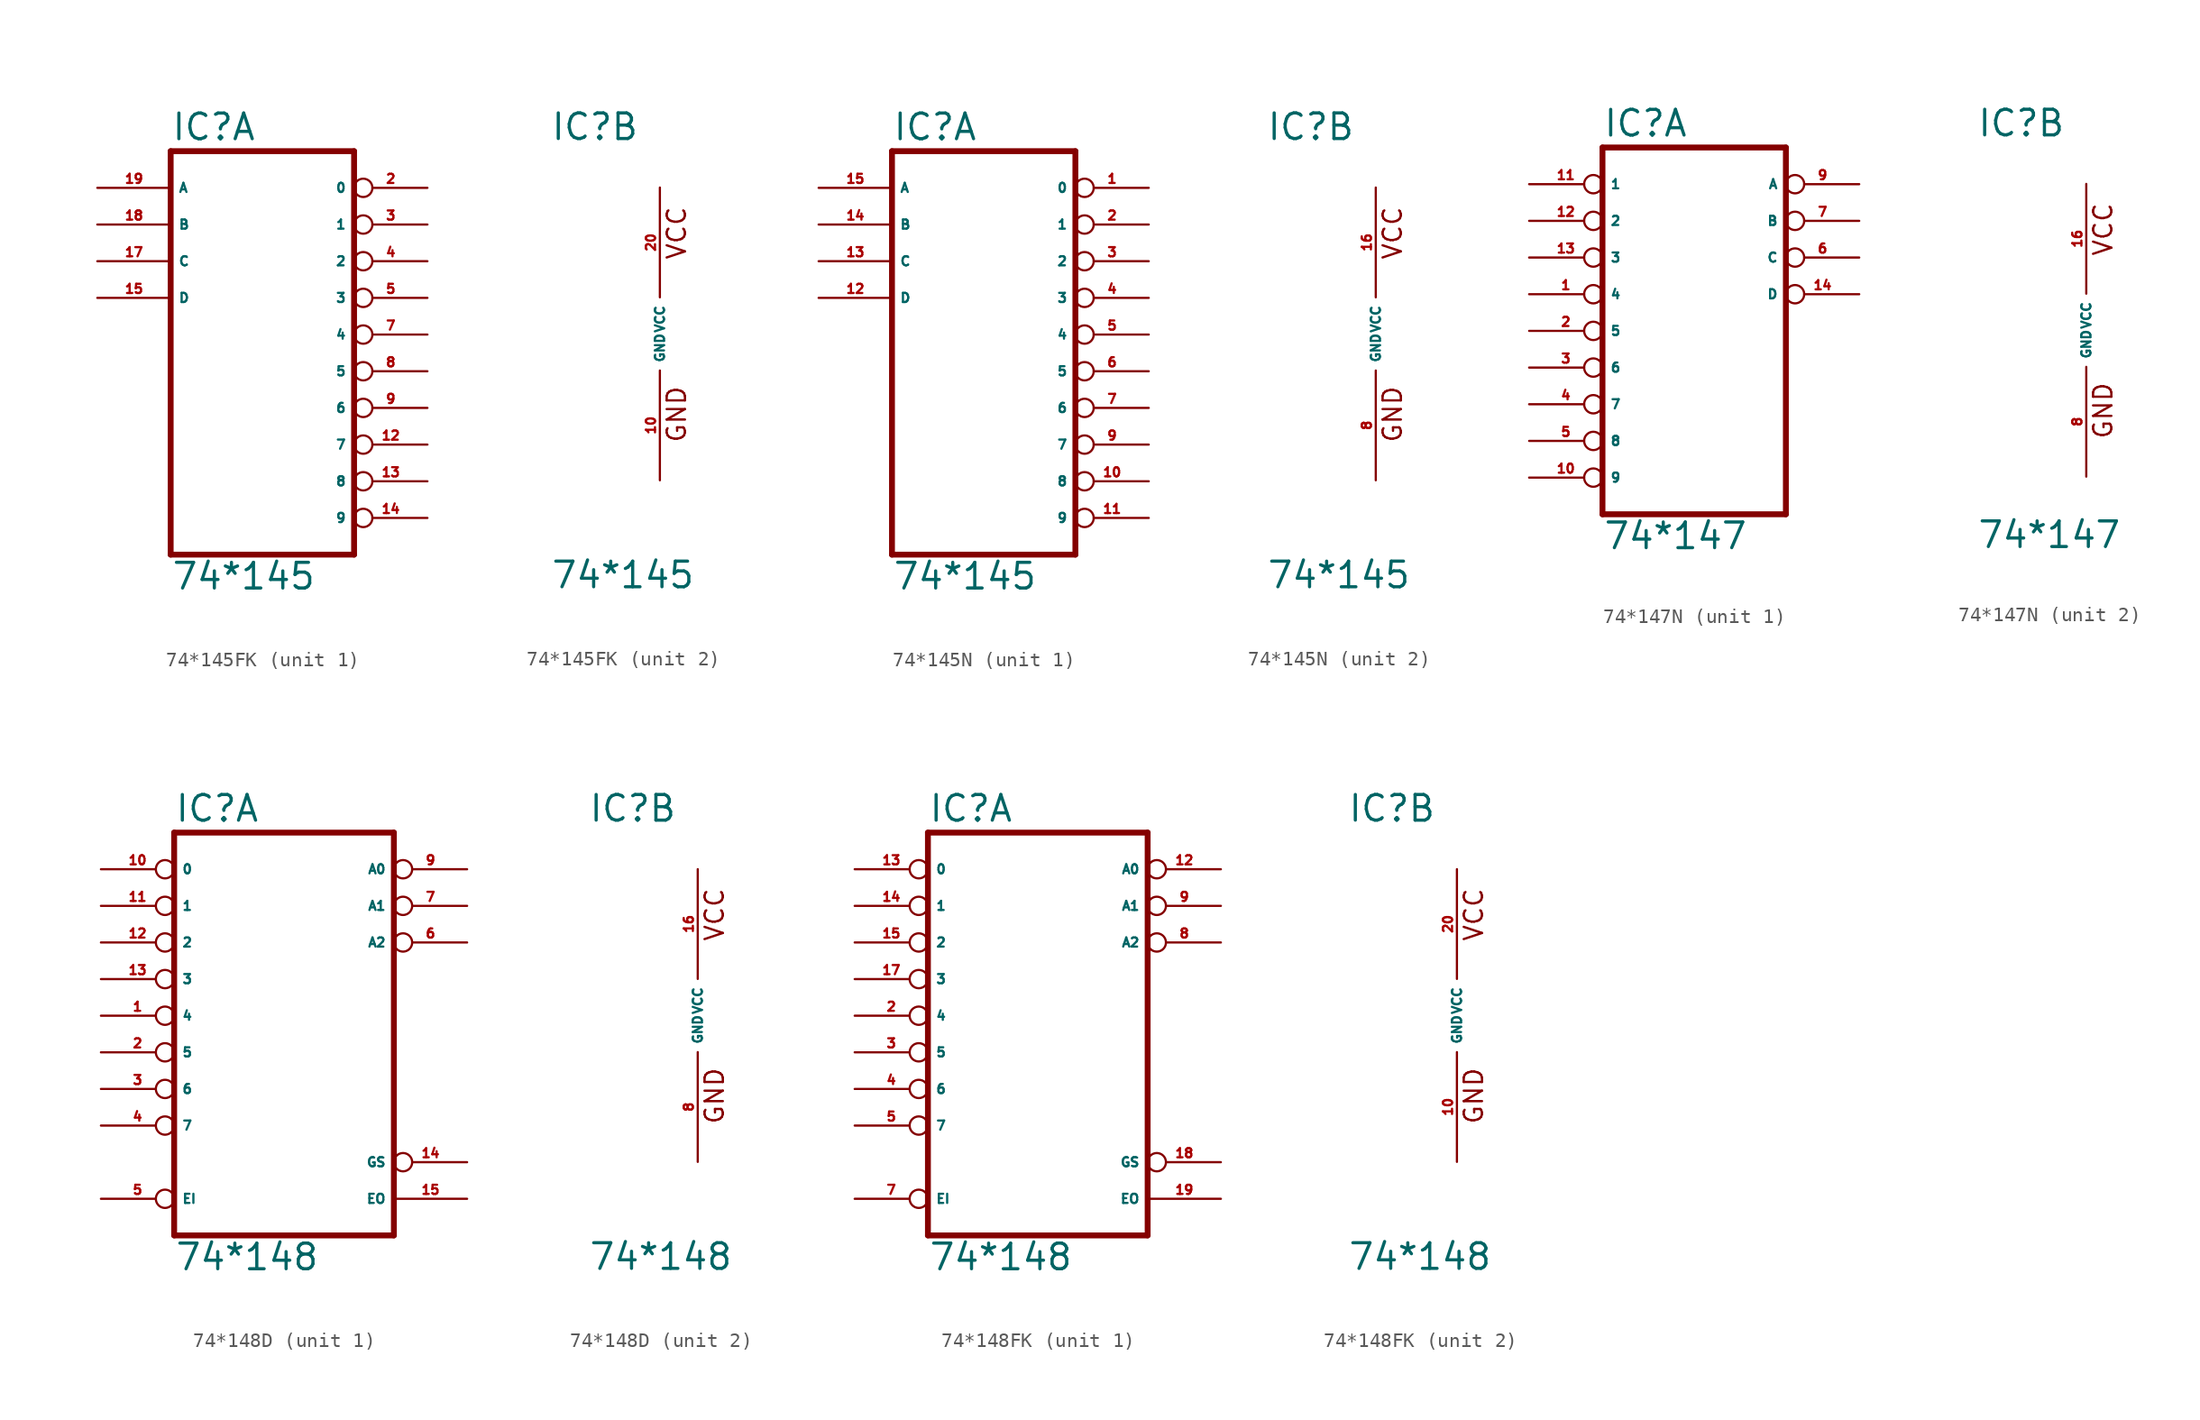
<source format=kicad_sym>
(kicad_symbol_lib
  (version 20220914)
  (generator Eagle2Kicad)
  (symbol "74*145FK"
    (property "Reference" "IC"
      (at -7.62 13.335 0)
      (effects (font (size 1.778 1.778) (thickness 0.22)) (justify left bottom)))
    (property "Value" "74*145"
      (at -7.62 -17.78 0)
      (effects (font (size 1.778 1.778) (thickness 0.22)) (justify left bottom)))
    (symbol "74*145FK_1_0"
      (polyline (pts (xy -7.62 -15.24) (xy 5.08 -15.24)) (stroke (width 0.406) (type default)) (fill (type none)))
      (polyline (pts (xy 5.08 -15.24) (xy 5.08 12.7)) (stroke (width 0.406) (type default)) (fill (type none)))
      (polyline (pts (xy 5.08 12.7) (xy -7.62 12.7)) (stroke (width 0.406) (type default)) (fill (type none)))
      (polyline (pts (xy -7.62 12.7) (xy -7.62 -15.24)) (stroke (width 0.406) (type default)) (fill (type none)))
      (pin output inverted (at 10.16 10.16 180) (length 5.08) (name "0" (effects (font (size 0.635 0.635) (thickness 0.08)) (justify left bottom))) (number "2" (effects (font (size 0.635 0.635) (thickness 0.08)) (justify left bottom))))
      (pin output inverted (at 10.16 7.62 180) (length 5.08) (name "1" (effects (font (size 0.635 0.635) (thickness 0.08)) (justify left bottom))) (number "3" (effects (font (size 0.635 0.635) (thickness 0.08)) (justify left bottom))))
      (pin output inverted (at 10.16 5.08 180) (length 5.08) (name "2" (effects (font (size 0.635 0.635) (thickness 0.08)) (justify left bottom))) (number "4" (effects (font (size 0.635 0.635) (thickness 0.08)) (justify left bottom))))
      (pin output inverted (at 10.16 2.54 180) (length 5.08) (name "3" (effects (font (size 0.635 0.635) (thickness 0.08)) (justify left bottom))) (number "5" (effects (font (size 0.635 0.635) (thickness 0.08)) (justify left bottom))))
      (pin output inverted (at 10.16 0 180) (length 5.08) (name "4" (effects (font (size 0.635 0.635) (thickness 0.08)) (justify left bottom))) (number "7" (effects (font (size 0.635 0.635) (thickness 0.08)) (justify left bottom))))
      (pin output inverted (at 10.16 -2.54 180) (length 5.08) (name "5" (effects (font (size 0.635 0.635) (thickness 0.08)) (justify left bottom))) (number "8" (effects (font (size 0.635 0.635) (thickness 0.08)) (justify left bottom))))
      (pin output inverted (at 10.16 -5.08 180) (length 5.08) (name "6" (effects (font (size 0.635 0.635) (thickness 0.08)) (justify left bottom))) (number "9" (effects (font (size 0.635 0.635) (thickness 0.08)) (justify left bottom))))
      (pin output inverted (at 10.16 -7.62 180) (length 5.08) (name "7" (effects (font (size 0.635 0.635) (thickness 0.08)) (justify left bottom))) (number "12" (effects (font (size 0.635 0.635) (thickness 0.08)) (justify left bottom))))
      (pin output inverted (at 10.16 -10.16 180) (length 5.08) (name "8" (effects (font (size 0.635 0.635) (thickness 0.08)) (justify left bottom))) (number "13" (effects (font (size 0.635 0.635) (thickness 0.08)) (justify left bottom))))
      (pin output inverted (at 10.16 -12.7 180) (length 5.08) (name "9" (effects (font (size 0.635 0.635) (thickness 0.08)) (justify left bottom))) (number "14" (effects (font (size 0.635 0.635) (thickness 0.08)) (justify left bottom))))
      (pin input line (at -12.7 2.54 0) (length 5.08) (name "D" (effects (font (size 0.635 0.635) (thickness 0.08)) (justify left bottom))) (number "15" (effects (font (size 0.635 0.635) (thickness 0.08)) (justify left bottom))))
      (pin input line (at -12.7 5.08 0) (length 5.08) (name "C" (effects (font (size 0.635 0.635) (thickness 0.08)) (justify left bottom))) (number "17" (effects (font (size 0.635 0.635) (thickness 0.08)) (justify left bottom))))
      (pin input line (at -12.7 7.62 0) (length 5.08) (name "B" (effects (font (size 0.635 0.635) (thickness 0.08)) (justify left bottom))) (number "18" (effects (font (size 0.635 0.635) (thickness 0.08)) (justify left bottom))))
      (pin input line (at -12.7 10.16 0) (length 5.08) (name "A" (effects (font (size 0.635 0.635) (thickness 0.08)) (justify left bottom))) (number "19" (effects (font (size 0.635 0.635) (thickness 0.08)) (justify left bottom)))))
    (symbol "74*145FK_2_0"
      (text "GND" (at 1.905 -7.62 900) (effects (font (size 1.27 1.27) (thickness 0.16)) (justify left bottom)))
      (text "VCC" (at 1.905 5.08 900) (effects (font (size 1.27 1.27) (thickness 0.16)) (justify left bottom)))
      (pin unspecified line (at 0 -10.16 90) (length 7.62) (name "GND" (effects (font (size 0.635 0.635) (thickness 0.08)) (justify left bottom))) (number "10" (effects (font (size 0.635 0.635) (thickness 0.08)) (justify left bottom))))
      (pin unspecified line (at 0 10.16 270) (length 7.62) (name "VCC" (effects (font (size 0.635 0.635) (thickness 0.08)) (justify left bottom))) (number "20" (effects (font (size 0.635 0.635) (thickness 0.08)) (justify left bottom))))))
  (symbol "74*145N"
    (property "Reference" "IC"
      (at -7.62 13.335 0)
      (effects (font (size 1.778 1.778) (thickness 0.22)) (justify left bottom)))
    (property "Value" "74*145"
      (at -7.62 -17.78 0)
      (effects (font (size 1.778 1.778) (thickness 0.22)) (justify left bottom)))
    (symbol "74*145N_1_0"
      (polyline (pts (xy -7.62 -15.24) (xy 5.08 -15.24)) (stroke (width 0.406) (type default)) (fill (type none)))
      (polyline (pts (xy 5.08 -15.24) (xy 5.08 12.7)) (stroke (width 0.406) (type default)) (fill (type none)))
      (polyline (pts (xy 5.08 12.7) (xy -7.62 12.7)) (stroke (width 0.406) (type default)) (fill (type none)))
      (polyline (pts (xy -7.62 12.7) (xy -7.62 -15.24)) (stroke (width 0.406) (type default)) (fill (type none)))
      (pin output inverted (at 10.16 10.16 180) (length 5.08) (name "0" (effects (font (size 0.635 0.635) (thickness 0.08)) (justify left bottom))) (number "1" (effects (font (size 0.635 0.635) (thickness 0.08)) (justify left bottom))))
      (pin output inverted (at 10.16 7.62 180) (length 5.08) (name "1" (effects (font (size 0.635 0.635) (thickness 0.08)) (justify left bottom))) (number "2" (effects (font (size 0.635 0.635) (thickness 0.08)) (justify left bottom))))
      (pin output inverted (at 10.16 5.08 180) (length 5.08) (name "2" (effects (font (size 0.635 0.635) (thickness 0.08)) (justify left bottom))) (number "3" (effects (font (size 0.635 0.635) (thickness 0.08)) (justify left bottom))))
      (pin output inverted (at 10.16 2.54 180) (length 5.08) (name "3" (effects (font (size 0.635 0.635) (thickness 0.08)) (justify left bottom))) (number "4" (effects (font (size 0.635 0.635) (thickness 0.08)) (justify left bottom))))
      (pin output inverted (at 10.16 0 180) (length 5.08) (name "4" (effects (font (size 0.635 0.635) (thickness 0.08)) (justify left bottom))) (number "5" (effects (font (size 0.635 0.635) (thickness 0.08)) (justify left bottom))))
      (pin output inverted (at 10.16 -2.54 180) (length 5.08) (name "5" (effects (font (size 0.635 0.635) (thickness 0.08)) (justify left bottom))) (number "6" (effects (font (size 0.635 0.635) (thickness 0.08)) (justify left bottom))))
      (pin output inverted (at 10.16 -5.08 180) (length 5.08) (name "6" (effects (font (size 0.635 0.635) (thickness 0.08)) (justify left bottom))) (number "7" (effects (font (size 0.635 0.635) (thickness 0.08)) (justify left bottom))))
      (pin output inverted (at 10.16 -7.62 180) (length 5.08) (name "7" (effects (font (size 0.635 0.635) (thickness 0.08)) (justify left bottom))) (number "9" (effects (font (size 0.635 0.635) (thickness 0.08)) (justify left bottom))))
      (pin output inverted (at 10.16 -10.16 180) (length 5.08) (name "8" (effects (font (size 0.635 0.635) (thickness 0.08)) (justify left bottom))) (number "10" (effects (font (size 0.635 0.635) (thickness 0.08)) (justify left bottom))))
      (pin output inverted (at 10.16 -12.7 180) (length 5.08) (name "9" (effects (font (size 0.635 0.635) (thickness 0.08)) (justify left bottom))) (number "11" (effects (font (size 0.635 0.635) (thickness 0.08)) (justify left bottom))))
      (pin input line (at -12.7 2.54 0) (length 5.08) (name "D" (effects (font (size 0.635 0.635) (thickness 0.08)) (justify left bottom))) (number "12" (effects (font (size 0.635 0.635) (thickness 0.08)) (justify left bottom))))
      (pin input line (at -12.7 5.08 0) (length 5.08) (name "C" (effects (font (size 0.635 0.635) (thickness 0.08)) (justify left bottom))) (number "13" (effects (font (size 0.635 0.635) (thickness 0.08)) (justify left bottom))))
      (pin input line (at -12.7 7.62 0) (length 5.08) (name "B" (effects (font (size 0.635 0.635) (thickness 0.08)) (justify left bottom))) (number "14" (effects (font (size 0.635 0.635) (thickness 0.08)) (justify left bottom))))
      (pin input line (at -12.7 10.16 0) (length 5.08) (name "A" (effects (font (size 0.635 0.635) (thickness 0.08)) (justify left bottom))) (number "15" (effects (font (size 0.635 0.635) (thickness 0.08)) (justify left bottom)))))
    (symbol "74*145N_2_0"
      (text "GND" (at 1.905 -7.62 900) (effects (font (size 1.27 1.27) (thickness 0.16)) (justify left bottom)))
      (text "VCC" (at 1.905 5.08 900) (effects (font (size 1.27 1.27) (thickness 0.16)) (justify left bottom)))
      (pin unspecified line (at 0 -10.16 90) (length 7.62) (name "GND" (effects (font (size 0.635 0.635) (thickness 0.08)) (justify left bottom))) (number "8" (effects (font (size 0.635 0.635) (thickness 0.08)) (justify left bottom))))
      (pin unspecified line (at 0 10.16 270) (length 7.62) (name "VCC" (effects (font (size 0.635 0.635) (thickness 0.08)) (justify left bottom))) (number "16" (effects (font (size 0.635 0.635) (thickness 0.08)) (justify left bottom))))))
  (symbol "74*147N"
    (property "Reference" "IC"
      (at -7.62 13.335 0)
      (effects (font (size 1.778 1.778) (thickness 0.22)) (justify left bottom)))
    (property "Value" "74*147"
      (at -7.62 -15.24 0)
      (effects (font (size 1.778 1.778) (thickness 0.22)) (justify left bottom)))
    (symbol "74*147N_1_0"
      (polyline (pts (xy -7.62 -12.7) (xy 5.08 -12.7)) (stroke (width 0.406) (type default)) (fill (type none)))
      (polyline (pts (xy 5.08 -12.7) (xy 5.08 12.7)) (stroke (width 0.406) (type default)) (fill (type none)))
      (polyline (pts (xy 5.08 12.7) (xy -7.62 12.7)) (stroke (width 0.406) (type default)) (fill (type none)))
      (polyline (pts (xy -7.62 12.7) (xy -7.62 -12.7)) (stroke (width 0.406) (type default)) (fill (type none)))
      (pin input inverted (at -12.7 2.54 0) (length 5.08) (name "4" (effects (font (size 0.635 0.635) (thickness 0.08)) (justify left bottom))) (number "1" (effects (font (size 0.635 0.635) (thickness 0.08)) (justify left bottom))))
      (pin input inverted (at -12.7 0 0) (length 5.08) (name "5" (effects (font (size 0.635 0.635) (thickness 0.08)) (justify left bottom))) (number "2" (effects (font (size 0.635 0.635) (thickness 0.08)) (justify left bottom))))
      (pin input inverted (at -12.7 -2.54 0) (length 5.08) (name "6" (effects (font (size 0.635 0.635) (thickness 0.08)) (justify left bottom))) (number "3" (effects (font (size 0.635 0.635) (thickness 0.08)) (justify left bottom))))
      (pin input inverted (at -12.7 -5.08 0) (length 5.08) (name "7" (effects (font (size 0.635 0.635) (thickness 0.08)) (justify left bottom))) (number "4" (effects (font (size 0.635 0.635) (thickness 0.08)) (justify left bottom))))
      (pin input inverted (at -12.7 -7.62 0) (length 5.08) (name "8" (effects (font (size 0.635 0.635) (thickness 0.08)) (justify left bottom))) (number "5" (effects (font (size 0.635 0.635) (thickness 0.08)) (justify left bottom))))
      (pin output inverted (at 10.16 5.08 180) (length 5.08) (name "C" (effects (font (size 0.635 0.635) (thickness 0.08)) (justify left bottom))) (number "6" (effects (font (size 0.635 0.635) (thickness 0.08)) (justify left bottom))))
      (pin output inverted (at 10.16 7.62 180) (length 5.08) (name "B" (effects (font (size 0.635 0.635) (thickness 0.08)) (justify left bottom))) (number "7" (effects (font (size 0.635 0.635) (thickness 0.08)) (justify left bottom))))
      (pin output inverted (at 10.16 10.16 180) (length 5.08) (name "A" (effects (font (size 0.635 0.635) (thickness 0.08)) (justify left bottom))) (number "9" (effects (font (size 0.635 0.635) (thickness 0.08)) (justify left bottom))))
      (pin input inverted (at -12.7 -10.16 0) (length 5.08) (name "9" (effects (font (size 0.635 0.635) (thickness 0.08)) (justify left bottom))) (number "10" (effects (font (size 0.635 0.635) (thickness 0.08)) (justify left bottom))))
      (pin input inverted (at -12.7 10.16 0) (length 5.08) (name "1" (effects (font (size 0.635 0.635) (thickness 0.08)) (justify left bottom))) (number "11" (effects (font (size 0.635 0.635) (thickness 0.08)) (justify left bottom))))
      (pin input inverted (at -12.7 7.62 0) (length 5.08) (name "2" (effects (font (size 0.635 0.635) (thickness 0.08)) (justify left bottom))) (number "12" (effects (font (size 0.635 0.635) (thickness 0.08)) (justify left bottom))))
      (pin input inverted (at -12.7 5.08 0) (length 5.08) (name "3" (effects (font (size 0.635 0.635) (thickness 0.08)) (justify left bottom))) (number "13" (effects (font (size 0.635 0.635) (thickness 0.08)) (justify left bottom))))
      (pin output inverted (at 10.16 2.54 180) (length 5.08) (name "D" (effects (font (size 0.635 0.635) (thickness 0.08)) (justify left bottom))) (number "14" (effects (font (size 0.635 0.635) (thickness 0.08)) (justify left bottom)))))
    (symbol "74*147N_2_0"
      (text "GND" (at 1.905 -7.62 900) (effects (font (size 1.27 1.27) (thickness 0.16)) (justify left bottom)))
      (text "VCC" (at 1.905 5.08 900) (effects (font (size 1.27 1.27) (thickness 0.16)) (justify left bottom)))
      (pin unspecified line (at 0 -10.16 90) (length 7.62) (name "GND" (effects (font (size 0.635 0.635) (thickness 0.08)) (justify left bottom))) (number "8" (effects (font (size 0.635 0.635) (thickness 0.08)) (justify left bottom))))
      (pin unspecified line (at 0 10.16 270) (length 7.62) (name "VCC" (effects (font (size 0.635 0.635) (thickness 0.08)) (justify left bottom))) (number "16" (effects (font (size 0.635 0.635) (thickness 0.08)) (justify left bottom))))))
  (symbol "74*148D"
    (property "Reference" "IC"
      (at -7.62 13.335 0)
      (effects (font (size 1.778 1.778) (thickness 0.22)) (justify left bottom)))
    (property "Value" "74*148"
      (at -7.62 -17.78 0)
      (effects (font (size 1.778 1.778) (thickness 0.22)) (justify left bottom)))
    (symbol "74*148D_1_0"
      (polyline (pts (xy -7.62 -15.24) (xy 7.62 -15.24)) (stroke (width 0.406) (type default)) (fill (type none)))
      (polyline (pts (xy 7.62 -15.24) (xy 7.62 12.7)) (stroke (width 0.406) (type default)) (fill (type none)))
      (polyline (pts (xy 7.62 12.7) (xy -7.62 12.7)) (stroke (width 0.406) (type default)) (fill (type none)))
      (polyline (pts (xy -7.62 12.7) (xy -7.62 -15.24)) (stroke (width 0.406) (type default)) (fill (type none)))
      (pin input inverted (at -12.7 0 0) (length 5.08) (name "4" (effects (font (size 0.635 0.635) (thickness 0.08)) (justify left bottom))) (number "1" (effects (font (size 0.635 0.635) (thickness 0.08)) (justify left bottom))))
      (pin input inverted (at -12.7 -2.54 0) (length 5.08) (name "5" (effects (font (size 0.635 0.635) (thickness 0.08)) (justify left bottom))) (number "2" (effects (font (size 0.635 0.635) (thickness 0.08)) (justify left bottom))))
      (pin input inverted (at -12.7 -5.08 0) (length 5.08) (name "6" (effects (font (size 0.635 0.635) (thickness 0.08)) (justify left bottom))) (number "3" (effects (font (size 0.635 0.635) (thickness 0.08)) (justify left bottom))))
      (pin input inverted (at -12.7 -7.62 0) (length 5.08) (name "7" (effects (font (size 0.635 0.635) (thickness 0.08)) (justify left bottom))) (number "4" (effects (font (size 0.635 0.635) (thickness 0.08)) (justify left bottom))))
      (pin input inverted (at -12.7 -12.7 0) (length 5.08) (name "EI" (effects (font (size 0.635 0.635) (thickness 0.08)) (justify left bottom))) (number "5" (effects (font (size 0.635 0.635) (thickness 0.08)) (justify left bottom))))
      (pin output inverted (at 12.7 5.08 180) (length 5.08) (name "A2" (effects (font (size 0.635 0.635) (thickness 0.08)) (justify left bottom))) (number "6" (effects (font (size 0.635 0.635) (thickness 0.08)) (justify left bottom))))
      (pin output inverted (at 12.7 7.62 180) (length 5.08) (name "A1" (effects (font (size 0.635 0.635) (thickness 0.08)) (justify left bottom))) (number "7" (effects (font (size 0.635 0.635) (thickness 0.08)) (justify left bottom))))
      (pin output inverted (at 12.7 10.16 180) (length 5.08) (name "A0" (effects (font (size 0.635 0.635) (thickness 0.08)) (justify left bottom))) (number "9" (effects (font (size 0.635 0.635) (thickness 0.08)) (justify left bottom))))
      (pin input inverted (at -12.7 10.16 0) (length 5.08) (name "0" (effects (font (size 0.635 0.635) (thickness 0.08)) (justify left bottom))) (number "10" (effects (font (size 0.635 0.635) (thickness 0.08)) (justify left bottom))))
      (pin input inverted (at -12.7 7.62 0) (length 5.08) (name "1" (effects (font (size 0.635 0.635) (thickness 0.08)) (justify left bottom))) (number "11" (effects (font (size 0.635 0.635) (thickness 0.08)) (justify left bottom))))
      (pin input inverted (at -12.7 5.08 0) (length 5.08) (name "2" (effects (font (size 0.635 0.635) (thickness 0.08)) (justify left bottom))) (number "12" (effects (font (size 0.635 0.635) (thickness 0.08)) (justify left bottom))))
      (pin input inverted (at -12.7 2.54 0) (length 5.08) (name "3" (effects (font (size 0.635 0.635) (thickness 0.08)) (justify left bottom))) (number "13" (effects (font (size 0.635 0.635) (thickness 0.08)) (justify left bottom))))
      (pin output inverted (at 12.7 -10.16 180) (length 5.08) (name "GS" (effects (font (size 0.635 0.635) (thickness 0.08)) (justify left bottom))) (number "14" (effects (font (size 0.635 0.635) (thickness 0.08)) (justify left bottom))))
      (pin output line (at 12.7 -12.7 180) (length 5.08) (name "EO" (effects (font (size 0.635 0.635) (thickness 0.08)) (justify left bottom))) (number "15" (effects (font (size 0.635 0.635) (thickness 0.08)) (justify left bottom)))))
    (symbol "74*148D_2_0"
      (text "GND" (at 1.905 -7.62 900) (effects (font (size 1.27 1.27) (thickness 0.16)) (justify left bottom)))
      (text "VCC" (at 1.905 5.08 900) (effects (font (size 1.27 1.27) (thickness 0.16)) (justify left bottom)))
      (pin unspecified line (at 0 -10.16 90) (length 7.62) (name "GND" (effects (font (size 0.635 0.635) (thickness 0.08)) (justify left bottom))) (number "8" (effects (font (size 0.635 0.635) (thickness 0.08)) (justify left bottom))))
      (pin unspecified line (at 0 10.16 270) (length 7.62) (name "VCC" (effects (font (size 0.635 0.635) (thickness 0.08)) (justify left bottom))) (number "16" (effects (font (size 0.635 0.635) (thickness 0.08)) (justify left bottom))))))
  (symbol "74*148FK"
    (property "Reference" "IC"
      (at -7.62 13.335 0)
      (effects (font (size 1.778 1.778) (thickness 0.22)) (justify left bottom)))
    (property "Value" "74*148"
      (at -7.62 -17.78 0)
      (effects (font (size 1.778 1.778) (thickness 0.22)) (justify left bottom)))
    (symbol "74*148FK_1_0"
      (polyline (pts (xy -7.62 -15.24) (xy 7.62 -15.24)) (stroke (width 0.406) (type default)) (fill (type none)))
      (polyline (pts (xy 7.62 -15.24) (xy 7.62 12.7)) (stroke (width 0.406) (type default)) (fill (type none)))
      (polyline (pts (xy 7.62 12.7) (xy -7.62 12.7)) (stroke (width 0.406) (type default)) (fill (type none)))
      (polyline (pts (xy -7.62 12.7) (xy -7.62 -15.24)) (stroke (width 0.406) (type default)) (fill (type none)))
      (pin input inverted (at -12.7 0 0) (length 5.08) (name "4" (effects (font (size 0.635 0.635) (thickness 0.08)) (justify left bottom))) (number "2" (effects (font (size 0.635 0.635) (thickness 0.08)) (justify left bottom))))
      (pin input inverted (at -12.7 -2.54 0) (length 5.08) (name "5" (effects (font (size 0.635 0.635) (thickness 0.08)) (justify left bottom))) (number "3" (effects (font (size 0.635 0.635) (thickness 0.08)) (justify left bottom))))
      (pin input inverted (at -12.7 -5.08 0) (length 5.08) (name "6" (effects (font (size 0.635 0.635) (thickness 0.08)) (justify left bottom))) (number "4" (effects (font (size 0.635 0.635) (thickness 0.08)) (justify left bottom))))
      (pin input inverted (at -12.7 -7.62 0) (length 5.08) (name "7" (effects (font (size 0.635 0.635) (thickness 0.08)) (justify left bottom))) (number "5" (effects (font (size 0.635 0.635) (thickness 0.08)) (justify left bottom))))
      (pin input inverted (at -12.7 -12.7 0) (length 5.08) (name "EI" (effects (font (size 0.635 0.635) (thickness 0.08)) (justify left bottom))) (number "7" (effects (font (size 0.635 0.635) (thickness 0.08)) (justify left bottom))))
      (pin output inverted (at 12.7 5.08 180) (length 5.08) (name "A2" (effects (font (size 0.635 0.635) (thickness 0.08)) (justify left bottom))) (number "8" (effects (font (size 0.635 0.635) (thickness 0.08)) (justify left bottom))))
      (pin output inverted (at 12.7 7.62 180) (length 5.08) (name "A1" (effects (font (size 0.635 0.635) (thickness 0.08)) (justify left bottom))) (number "9" (effects (font (size 0.635 0.635) (thickness 0.08)) (justify left bottom))))
      (pin output inverted (at 12.7 10.16 180) (length 5.08) (name "A0" (effects (font (size 0.635 0.635) (thickness 0.08)) (justify left bottom))) (number "12" (effects (font (size 0.635 0.635) (thickness 0.08)) (justify left bottom))))
      (pin input inverted (at -12.7 10.16 0) (length 5.08) (name "0" (effects (font (size 0.635 0.635) (thickness 0.08)) (justify left bottom))) (number "13" (effects (font (size 0.635 0.635) (thickness 0.08)) (justify left bottom))))
      (pin input inverted (at -12.7 7.62 0) (length 5.08) (name "1" (effects (font (size 0.635 0.635) (thickness 0.08)) (justify left bottom))) (number "14" (effects (font (size 0.635 0.635) (thickness 0.08)) (justify left bottom))))
      (pin input inverted (at -12.7 5.08 0) (length 5.08) (name "2" (effects (font (size 0.635 0.635) (thickness 0.08)) (justify left bottom))) (number "15" (effects (font (size 0.635 0.635) (thickness 0.08)) (justify left bottom))))
      (pin input inverted (at -12.7 2.54 0) (length 5.08) (name "3" (effects (font (size 0.635 0.635) (thickness 0.08)) (justify left bottom))) (number "17" (effects (font (size 0.635 0.635) (thickness 0.08)) (justify left bottom))))
      (pin output inverted (at 12.7 -10.16 180) (length 5.08) (name "GS" (effects (font (size 0.635 0.635) (thickness 0.08)) (justify left bottom))) (number "18" (effects (font (size 0.635 0.635) (thickness 0.08)) (justify left bottom))))
      (pin output line (at 12.7 -12.7 180) (length 5.08) (name "EO" (effects (font (size 0.635 0.635) (thickness 0.08)) (justify left bottom))) (number "19" (effects (font (size 0.635 0.635) (thickness 0.08)) (justify left bottom)))))
    (symbol "74*148FK_2_0"
      (text "GND" (at 1.905 -7.62 900) (effects (font (size 1.27 1.27) (thickness 0.16)) (justify left bottom)))
      (text "VCC" (at 1.905 5.08 900) (effects (font (size 1.27 1.27) (thickness 0.16)) (justify left bottom)))
      (pin unspecified line (at 0 -10.16 90) (length 7.62) (name "GND" (effects (font (size 0.635 0.635) (thickness 0.08)) (justify left bottom))) (number "10" (effects (font (size 0.635 0.635) (thickness 0.08)) (justify left bottom))))
      (pin unspecified line (at 0 10.16 270) (length 7.62) (name "VCC" (effects (font (size 0.635 0.635) (thickness 0.08)) (justify left bottom))) (number "20" (effects (font (size 0.635 0.635) (thickness 0.08)) (justify left bottom)))))))
</source>
